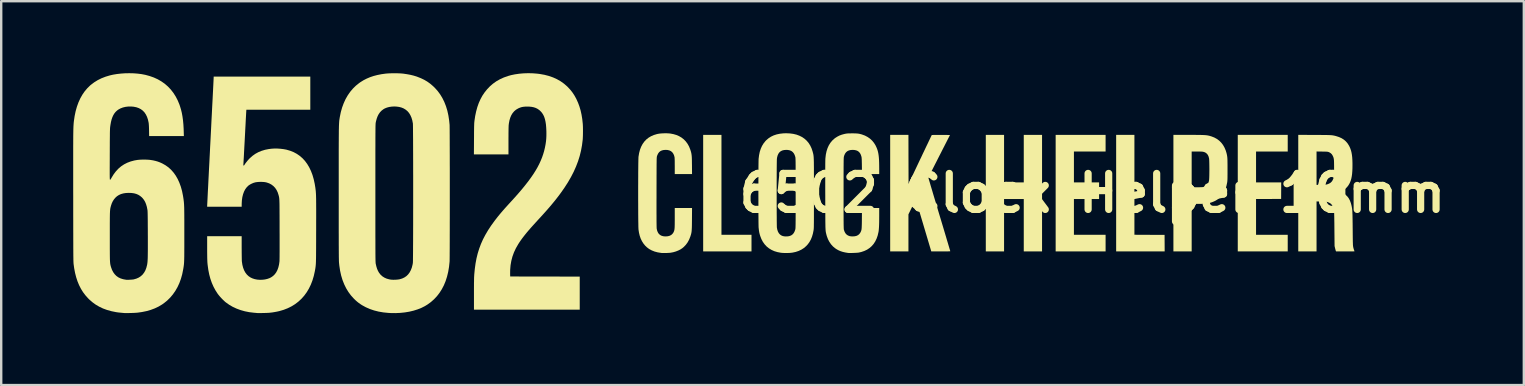
<source format=kicad_pcb>
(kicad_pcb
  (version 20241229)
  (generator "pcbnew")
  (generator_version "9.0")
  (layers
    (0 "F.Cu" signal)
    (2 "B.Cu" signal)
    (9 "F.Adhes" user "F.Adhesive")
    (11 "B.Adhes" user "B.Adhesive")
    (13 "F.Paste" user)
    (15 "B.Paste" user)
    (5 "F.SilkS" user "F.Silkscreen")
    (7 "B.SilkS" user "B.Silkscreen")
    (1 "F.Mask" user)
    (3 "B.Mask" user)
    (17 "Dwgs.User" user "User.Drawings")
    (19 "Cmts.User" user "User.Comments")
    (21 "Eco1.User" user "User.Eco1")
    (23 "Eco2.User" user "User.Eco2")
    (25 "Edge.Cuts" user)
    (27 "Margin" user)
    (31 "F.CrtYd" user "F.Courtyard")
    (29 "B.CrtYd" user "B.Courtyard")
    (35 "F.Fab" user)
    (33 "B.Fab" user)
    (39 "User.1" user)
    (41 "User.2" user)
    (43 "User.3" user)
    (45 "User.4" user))
  (footprint "6502 Clock Helper 10mm"
    (layer "F.Cu")
    (at 42.473 4.999)
    (property "Reference" "6502 Clock Helper 10mm" (at 0 0 0) (layer "F.SilkS") (effects (font (size 1.5 1.5) (thickness 0.3))))
    (attr board_only exclude_from_pos_files exclude_from_bom)
    (fp_poly (pts (xy -15.458 -0.347) (xy -15.458 1.735) (xy -14.832 1.735) (xy -14.206 1.735) (xy -14.206 2.081) (xy -14.206 2.428) (xy -15.213 2.428) (xy -16.22 2.428) (xy -16.22 0) (xy -16.22 -2.428) (xy -15.839 -2.428) (xy -15.458 -2.428)) (stroke (width 0) (type solid)) (fill yes) (layer "F.SilkS"))
    (fp_poly (pts (xy 1.751 -0.347) (xy 1.751 1.734) (xy 2.38 1.737) (xy 3.008 1.739) (xy 3.01 2.084) (xy 3.012 2.428) (xy 2.001 2.428) (xy 0.99 2.428) (xy 0.99 0) (xy 0.99 -2.428) (xy 1.371 -2.428) (xy 1.751 -2.428)) (stroke (width 0) (type solid)) (fill yes) (layer "F.SilkS"))
    (fp_poly (pts (xy -3.681 -1.438) (xy -3.681 -0.448) (xy -3.27 -0.448) (xy -2.86 -0.448) (xy -2.86 -1.438) (xy -2.86 -2.428) (xy -2.479 -2.428) (xy -2.098 -2.428) (xy -2.098 0) (xy -2.098 2.428) (xy -2.479 2.428) (xy -2.86 2.428) (xy -2.86 1.337) (xy -2.86 0.245) (xy -3.27 0.245) (xy -3.681 0.245) (xy -3.681 1.337) (xy -3.681 2.428) (xy -4.061 2.428) (xy -4.442 2.428) (xy -4.442 0) (xy -4.442 -2.428) (xy -4.061 -2.428) (xy -3.681 -2.428)) (stroke (width 0) (type solid)) (fill yes) (layer "F.SilkS"))
    (fp_poly (pts (xy 0.55 -2.081) (xy 0.55 -1.735) (xy -0.11 -1.735) (xy -0.77 -1.735) (xy -0.77 -1.091) (xy -0.77 -0.448) (xy -0.245 -0.448) (xy 0.279 -0.448) (xy 0.279 -0.102) (xy 0.279 0.245) (xy -0.245 0.245) (xy -0.77 0.245) (xy -0.77 0.99) (xy -0.77 1.735) (xy -0.11 1.735) (xy 0.55 1.735) (xy 0.55 2.081) (xy 0.55 2.428) (xy -0.491 2.428) (xy -1.531 2.428) (xy -1.531 0) (xy -1.531 -2.428) (xy -0.491 -2.428) (xy 0.55 -2.428)) (stroke (width 0) (type solid)) (fill yes) (layer "F.SilkS"))
    (fp_poly (pts (xy 8.14 -2.081) (xy 8.14 -1.735) (xy 7.48 -1.735) (xy 6.82 -1.735) (xy 6.82 -1.091) (xy 6.82 -0.448) (xy 7.344 -0.448) (xy 7.869 -0.448) (xy 7.867 -0.104) (xy 7.865 0.241) (xy 7.342 0.243) (xy 6.82 0.245) (xy 6.82 0.99) (xy 6.82 1.735) (xy 7.48 1.735) (xy 8.14 1.735) (xy 8.14 2.081) (xy 8.14 2.428) (xy 7.099 2.428) (xy 6.058 2.428) (xy 6.058 0) (xy 6.058 -2.428) (xy 7.099 -2.428) (xy 8.14 -2.428)) (stroke (width 0) (type solid)) (fill yes) (layer "F.SilkS"))
    (fp_poly (pts (xy -7.664 -1.407) (xy -7.661 -0.386) (xy -7.181 -1.401) (xy -7.122 -1.524) (xy -7.066 -1.644) (xy -7.011 -1.758) (xy -6.96 -1.866) (xy -6.912 -1.967) (xy -6.867 -2.06) (xy -6.827 -2.145) (xy -6.791 -2.22) (xy -6.76 -2.285) (xy -6.735 -2.338) (xy -6.715 -2.379) (xy -6.701 -2.407) (xy -6.694 -2.421) (xy -6.694 -2.422) (xy -6.684 -2.423) (xy -6.659 -2.424) (xy -6.621 -2.425) (xy -6.571 -2.426) (xy -6.512 -2.426) (xy -6.444 -2.427) (xy -6.369 -2.427) (xy -6.311 -2.426) (xy -5.934 -2.424) (xy -6.385 -1.54) (xy -6.443 -1.426) (xy -6.499 -1.315) (xy -6.553 -1.21) (xy -6.603 -1.111) (xy -6.65 -1.019) (xy -6.692 -0.935) (xy -6.73 -0.859) (xy -6.763 -0.794) (xy -6.791 -0.739) (xy -6.812 -0.696) (xy -6.827 -0.665) (xy -6.835 -0.648) (xy -6.836 -0.645) (xy -6.834 -0.636) (xy -6.827 -0.612) (xy -6.815 -0.572) (xy -6.8 -0.52) (xy -6.78 -0.454) (xy -6.757 -0.376) (xy -6.731 -0.286) (xy -6.701 -0.186) (xy -6.668 -0.076) (xy -6.633 0.043) (xy -6.595 0.17) (xy -6.554 0.305) (xy -6.512 0.446) (xy -6.468 0.593) (xy -6.423 0.745) (xy -6.38 0.888) (xy -6.333 1.044) (xy -6.287 1.196) (xy -6.243 1.343) (xy -6.201 1.483) (xy -6.161 1.617) (xy -6.123 1.744) (xy -6.088 1.862) (xy -6.056 1.971) (xy -6.026 2.07) (xy -6 2.158) (xy -5.977 2.235) (xy -5.958 2.3) (xy -5.942 2.351) (xy -5.931 2.389) (xy -5.925 2.412) (xy -5.923 2.42) (xy -5.931 2.422) (xy -5.956 2.424) (xy -5.998 2.426) (xy -6.056 2.427) (xy -6.13 2.428) (xy -6.221 2.428) (xy -6.318 2.428) (xy -6.714 2.428) (xy -7.035 1.35) (xy -7.074 1.219) (xy -7.112 1.092) (xy -7.148 0.971) (xy -7.182 0.857) (xy -7.214 0.75) (xy -7.244 0.651) (xy -7.271 0.562) (xy -7.295 0.483) (xy -7.316 0.414) (xy -7.333 0.358) (xy -7.346 0.315) (xy -7.355 0.286) (xy -7.36 0.272) (xy -7.361 0.271) (xy -7.365 0.278) (xy -7.377 0.299) (xy -7.394 0.332) (xy -7.415 0.376) (xy -7.442 0.428) (xy -7.471 0.487) (xy -7.503 0.552) (xy -7.516 0.578) (xy -7.666 0.884) (xy -7.666 1.656) (xy -7.666 2.428) (xy -8.046 2.428) (xy -8.427 2.428) (xy -8.427 0) (xy -8.427 -2.428) (xy -8.046 -2.428) (xy -7.666 -2.428)) (stroke (width 0) (type solid)) (fill yes) (layer "F.SilkS"))
    (fp_poly (pts (xy 4.129 -2.428) (xy 4.245 -2.428) (xy 4.348 -2.427) (xy 4.438 -2.427) (xy 4.516 -2.425) (xy 4.584 -2.423) (xy 4.643 -2.421) (xy 4.694 -2.418) (xy 4.739 -2.414) (xy 4.779 -2.409) (xy 4.815 -2.403) (xy 4.849 -2.396) (xy 4.882 -2.388) (xy 4.915 -2.378) (xy 4.95 -2.368) (xy 4.962 -2.364) (xy 5.081 -2.318) (xy 5.188 -2.259) (xy 5.284 -2.188) (xy 5.369 -2.104) (xy 5.443 -2.008) (xy 5.505 -1.899) (xy 5.556 -1.779) (xy 5.583 -1.691) (xy 5.593 -1.654) (xy 5.601 -1.62) (xy 5.608 -1.587) (xy 5.614 -1.553) (xy 5.619 -1.518) (xy 5.623 -1.478) (xy 5.626 -1.433) (xy 5.628 -1.381) (xy 5.629 -1.32) (xy 5.63 -1.248) (xy 5.631 -1.164) (xy 5.631 -1.066) (xy 5.631 -0.99) (xy 5.631 -0.888) (xy 5.631 -0.8) (xy 5.63 -0.727) (xy 5.63 -0.666) (xy 5.629 -0.615) (xy 5.628 -0.573) (xy 5.626 -0.539) (xy 5.624 -0.51) (xy 5.622 -0.486) (xy 5.619 -0.464) (xy 5.616 -0.442) (xy 5.615 -0.44) (xy 5.588 -0.312) (xy 5.554 -0.197) (xy 5.513 -0.094) (xy 5.462 -0.001) (xy 5.402 0.084) (xy 5.349 0.146) (xy 5.285 0.208) (xy 5.22 0.259) (xy 5.148 0.304) (xy 5.116 0.321) (xy 5.05 0.352) (xy 4.984 0.378) (xy 4.917 0.4) (xy 4.845 0.416) (xy 4.768 0.429) (xy 4.681 0.439) (xy 4.584 0.445) (xy 4.474 0.448) (xy 4.385 0.448) (xy 4.137 0.448) (xy 4.137 1.438) (xy 4.137 2.428) (xy 3.757 2.428) (xy 3.376 2.428) (xy 3.376 0) (xy 3.376 -0.99) (xy 4.137 -0.99) (xy 4.137 -0.245) (xy 4.36 -0.245) (xy 4.438 -0.246) (xy 4.501 -0.247) (xy 4.55 -0.249) (xy 4.587 -0.251) (xy 4.614 -0.255) (xy 4.625 -0.257) (xy 4.694 -0.282) (xy 4.75 -0.317) (xy 4.795 -0.364) (xy 4.829 -0.422) (xy 4.854 -0.495) (xy 4.861 -0.529) (xy 4.864 -0.556) (xy 4.867 -0.597) (xy 4.87 -0.651) (xy 4.872 -0.715) (xy 4.873 -0.787) (xy 4.874 -0.864) (xy 4.875 -0.945) (xy 4.875 -1.028) (xy 4.874 -1.109) (xy 4.873 -1.187) (xy 4.872 -1.259) (xy 4.87 -1.324) (xy 4.868 -1.379) (xy 4.865 -1.421) (xy 4.862 -1.449) (xy 4.861 -1.45) (xy 4.841 -1.528) (xy 4.811 -1.592) (xy 4.772 -1.642) (xy 4.724 -1.681) (xy 4.713 -1.687) (xy 4.687 -1.701) (xy 4.662 -1.711) (xy 4.636 -1.719) (xy 4.607 -1.725) (xy 4.572 -1.73) (xy 4.528 -1.732) (xy 4.474 -1.734) (xy 4.407 -1.734) (xy 4.36 -1.734) (xy 4.137 -1.735) (xy 4.137 -0.99) (xy 3.376 -0.99) (xy 3.376 -2.428) (xy 3.996 -2.428)) (stroke (width 0) (type solid)) (fill yes) (layer "F.SilkS"))
    (fp_poly (pts (xy 9.254 -2.426) (xy 9.382 -2.426) (xy 9.494 -2.425) (xy 9.592 -2.424) (xy 9.677 -2.424) (xy 9.75 -2.423) (xy 9.813 -2.421) (xy 9.866 -2.42) (xy 9.912 -2.417) (xy 9.952 -2.415) (xy 9.986 -2.412) (xy 10.016 -2.408) (xy 10.044 -2.403) (xy 10.071 -2.398) (xy 10.098 -2.392) (xy 10.126 -2.385) (xy 10.156 -2.377) (xy 10.276 -2.338) (xy 10.383 -2.29) (xy 10.478 -2.23) (xy 10.56 -2.159) (xy 10.632 -2.076) (xy 10.692 -1.981) (xy 10.72 -1.926) (xy 10.752 -1.851) (xy 10.778 -1.773) (xy 10.799 -1.688) (xy 10.815 -1.596) (xy 10.827 -1.493) (xy 10.834 -1.379) (xy 10.838 -1.252) (xy 10.838 -1.172) (xy 10.837 -1.032) (xy 10.831 -0.908) (xy 10.822 -0.797) (xy 10.808 -0.698) (xy 10.79 -0.608) (xy 10.767 -0.528) (xy 10.739 -0.454) (xy 10.705 -0.385) (xy 10.665 -0.32) (xy 10.66 -0.313) (xy 10.613 -0.253) (xy 10.554 -0.194) (xy 10.488 -0.141) (xy 10.421 -0.096) (xy 10.375 -0.073) (xy 10.354 -0.062) (xy 10.342 -0.052) (xy 10.341 -0.049) (xy 10.35 -0.043) (xy 10.37 -0.032) (xy 10.398 -0.018) (xy 10.407 -0.014) (xy 10.494 0.03) (xy 10.568 0.084) (xy 10.632 0.147) (xy 10.687 0.222) (xy 10.732 0.309) (xy 10.769 0.409) (xy 10.792 0.493) (xy 10.8 0.528) (xy 10.807 0.56) (xy 10.813 0.593) (xy 10.819 0.625) (xy 10.824 0.66) (xy 10.828 0.699) (xy 10.831 0.742) (xy 10.834 0.79) (xy 10.836 0.846) (xy 10.839 0.911) (xy 10.84 0.985) (xy 10.842 1.07) (xy 10.843 1.168) (xy 10.845 1.279) (xy 10.846 1.405) (xy 10.847 1.485) (xy 10.848 1.61) (xy 10.849 1.72) (xy 10.85 1.815) (xy 10.851 1.896) (xy 10.852 1.966) (xy 10.853 2.025) (xy 10.855 2.074) (xy 10.856 2.114) (xy 10.857 2.147) (xy 10.859 2.174) (xy 10.861 2.197) (xy 10.863 2.215) (xy 10.866 2.231) (xy 10.869 2.246) (xy 10.87 2.255) (xy 10.88 2.295) (xy 10.892 2.336) (xy 10.903 2.369) (xy 10.905 2.376) (xy 10.915 2.401) (xy 10.922 2.419) (xy 10.923 2.424) (xy 10.915 2.425) (xy 10.892 2.426) (xy 10.855 2.427) (xy 10.806 2.427) (xy 10.747 2.428) (xy 10.679 2.428) (xy 10.605 2.428) (xy 10.538 2.428) (xy 10.153 2.428) (xy 10.144 2.405) (xy 10.138 2.387) (xy 10.13 2.358) (xy 10.12 2.321) (xy 10.113 2.293) (xy 10.092 2.204) (xy 10.085 1.493) (xy 10.084 1.361) (xy 10.083 1.244) (xy 10.081 1.143) (xy 10.08 1.055) (xy 10.079 0.979) (xy 10.077 0.915) (xy 10.076 0.862) (xy 10.074 0.818) (xy 10.073 0.783) (xy 10.071 0.755) (xy 10.069 0.734) (xy 10.066 0.717) (xy 10.066 0.715) (xy 10.046 0.628) (xy 10.02 0.557) (xy 9.987 0.498) (xy 9.946 0.45) (xy 9.896 0.413) (xy 9.834 0.383) (xy 9.802 0.372) (xy 9.781 0.366) (xy 9.761 0.361) (xy 9.737 0.357) (xy 9.709 0.354) (xy 9.672 0.352) (xy 9.624 0.351) (xy 9.563 0.349) (xy 9.542 0.349) (xy 9.341 0.345) (xy 9.341 1.387) (xy 9.341 2.428) (xy 8.96 2.428) (xy 8.579 2.428) (xy 8.579 -0.000421) (xy 8.579 -1.04) (xy 9.341 -1.04) (xy 9.341 -0.345) (xy 9.542 -0.349) (xy 9.611 -0.351) (xy 9.666 -0.353) (xy 9.708 -0.355) (xy 9.741 -0.358) (xy 9.766 -0.362) (xy 9.786 -0.367) (xy 9.789 -0.368) (xy 9.863 -0.397) (xy 9.923 -0.433) (xy 9.972 -0.479) (xy 10.01 -0.537) (xy 10.041 -0.607) (xy 10.054 -0.65) (xy 10.058 -0.668) (xy 10.062 -0.685) (xy 10.065 -0.704) (xy 10.067 -0.727) (xy 10.069 -0.755) (xy 10.07 -0.79) (xy 10.071 -0.835) (xy 10.072 -0.891) (xy 10.072 -0.96) (xy 10.072 -1.041) (xy 10.072 -1.136) (xy 10.071 -1.216) (xy 10.07 -1.282) (xy 10.068 -1.338) (xy 10.065 -1.384) (xy 10.06 -1.423) (xy 10.054 -1.456) (xy 10.046 -1.486) (xy 10.036 -1.514) (xy 10.023 -1.542) (xy 10.013 -1.563) (xy 9.978 -1.62) (xy 9.932 -1.665) (xy 9.875 -1.7) (xy 9.851 -1.711) (xy 9.835 -1.716) (xy 9.82 -1.721) (xy 9.803 -1.724) (xy 9.782 -1.727) (xy 9.753 -1.729) (xy 9.716 -1.73) (xy 9.668 -1.731) (xy 9.606 -1.732) (xy 9.572 -1.733) (xy 9.341 -1.736) (xy 9.341 -1.04) (xy 8.579 -1.04) (xy 8.579 -2.429)) (stroke (width 0) (type solid)) (fill yes) (layer "F.SilkS"))
    (fp_poly (pts (xy -23.318 -4.994) (xy -23.13 -4.979) (xy -23.027 -4.966) (xy -22.832 -4.931) (xy -22.648 -4.883) (xy -22.474 -4.822) (xy -22.312 -4.748) (xy -22.161 -4.662) (xy -22.021 -4.563) (xy -21.893 -4.452) (xy -21.864 -4.424) (xy -21.758 -4.31) (xy -21.665 -4.192) (xy -21.583 -4.067) (xy -21.508 -3.931) (xy -21.5 -3.913) (xy -21.432 -3.762) (xy -21.375 -3.607) (xy -21.327 -3.444) (xy -21.289 -3.272) (xy -21.259 -3.089) (xy -21.238 -2.893) (xy -21.237 -2.889) (xy -21.234 -2.831) (xy -21.231 -2.759) (xy -21.23 -2.679) (xy -21.229 -2.592) (xy -21.23 -2.505) (xy -21.231 -2.419) (xy -21.234 -2.34) (xy -21.237 -2.27) (xy -21.241 -2.22) (xy -21.27 -1.992) (xy -21.311 -1.768) (xy -21.366 -1.546) (xy -21.435 -1.327) (xy -21.519 -1.108) (xy -21.616 -0.89) (xy -21.729 -0.671) (xy -21.857 -0.45) (xy -22.001 -0.226) (xy -22.142 -0.025) (xy -22.23 0.095) (xy -22.322 0.214) (xy -22.418 0.335) (xy -22.52 0.459) (xy -22.628 0.587) (xy -22.745 0.721) (xy -22.871 0.862) (xy -23.008 1.013) (xy -23.073 1.083) (xy -23.192 1.213) (xy -23.3 1.332) (xy -23.398 1.441) (xy -23.487 1.543) (xy -23.567 1.637) (xy -23.639 1.726) (xy -23.705 1.81) (xy -23.766 1.89) (xy -23.822 1.968) (xy -23.874 2.044) (xy -23.924 2.121) (xy -23.928 2.128) (xy -24.024 2.295) (xy -24.104 2.466) (xy -24.168 2.641) (xy -24.215 2.821) (xy -24.247 3.006) (xy -24.263 3.198) (xy -24.265 3.367) (xy -24.262 3.473) (xy -22.813 3.475) (xy -21.364 3.478) (xy -21.364 4.167) (xy -21.364 4.857) (xy -23.568 4.857) (xy -25.772 4.857) (xy -25.772 4.211) (xy -25.772 4.075) (xy -25.772 3.954) (xy -25.771 3.847) (xy -25.771 3.754) (xy -25.769 3.672) (xy -25.768 3.602) (xy -25.767 3.54) (xy -25.765 3.487) (xy -25.762 3.44) (xy -25.76 3.4) (xy -25.76 3.397) (xy -25.737 3.158) (xy -25.706 2.932) (xy -25.666 2.717) (xy -25.615 2.51) (xy -25.553 2.311) (xy -25.48 2.116) (xy -25.395 1.925) (xy -25.296 1.736) (xy -25.184 1.546) (xy -25.058 1.354) (xy -24.916 1.158) (xy -24.898 1.134) (xy -24.834 1.052) (xy -24.771 0.971) (xy -24.706 0.892) (xy -24.638 0.811) (xy -24.565 0.726) (xy -24.486 0.636) (xy -24.398 0.539) (xy -24.301 0.432) (xy -24.254 0.381) (xy -24.08 0.19) (xy -23.919 0.008) (xy -23.771 -0.165) (xy -23.636 -0.331) (xy -23.512 -0.49) (xy -23.399 -0.644) (xy -23.297 -0.792) (xy -23.206 -0.936) (xy -23.124 -1.077) (xy -23.052 -1.216) (xy -22.989 -1.353) (xy -22.934 -1.488) (xy -22.887 -1.624) (xy -22.847 -1.76) (xy -22.814 -1.898) (xy -22.787 -2.039) (xy -22.782 -2.073) (xy -22.768 -2.173) (xy -22.759 -2.274) (xy -22.754 -2.379) (xy -22.753 -2.494) (xy -22.754 -2.585) (xy -22.761 -2.73) (xy -22.772 -2.861) (xy -22.79 -2.977) (xy -22.813 -3.081) (xy -22.843 -3.174) (xy -22.88 -3.256) (xy -22.925 -3.329) (xy -22.977 -3.394) (xy -23.037 -3.452) (xy -23.044 -3.458) (xy -23.115 -3.509) (xy -23.193 -3.549) (xy -23.279 -3.578) (xy -23.375 -3.597) (xy -23.482 -3.607) (xy -23.551 -3.608) (xy -23.636 -3.606) (xy -23.709 -3.599) (xy -23.774 -3.588) (xy -23.834 -3.57) (xy -23.896 -3.546) (xy -23.935 -3.527) (xy -24.021 -3.476) (xy -24.096 -3.412) (xy -24.161 -3.336) (xy -24.215 -3.248) (xy -24.259 -3.146) (xy -24.293 -3.031) (xy -24.317 -2.903) (xy -24.325 -2.836) (xy -24.327 -2.81) (xy -24.328 -2.768) (xy -24.33 -2.713) (xy -24.331 -2.644) (xy -24.332 -2.564) (xy -24.333 -2.473) (xy -24.333 -2.374) (xy -24.334 -2.268) (xy -24.334 -2.182) (xy -24.334 -1.616) (xy -25.054 -1.616) (xy -25.774 -1.616) (xy -25.77 -2.253) (xy -25.769 -2.377) (xy -25.769 -2.485) (xy -25.768 -2.579) (xy -25.767 -2.661) (xy -25.766 -2.73) (xy -25.765 -2.79) (xy -25.763 -2.84) (xy -25.762 -2.883) (xy -25.76 -2.919) (xy -25.758 -2.951) (xy -25.755 -2.978) (xy -25.752 -3.004) (xy -25.752 -3.008) (xy -25.721 -3.215) (xy -25.68 -3.409) (xy -25.63 -3.591) (xy -25.57 -3.76) (xy -25.499 -3.918) (xy -25.418 -4.066) (xy -25.325 -4.203) (xy -25.221 -4.332) (xy -25.107 -4.451) (xy -24.98 -4.561) (xy -24.841 -4.66) (xy -24.69 -4.746) (xy -24.528 -4.82) (xy -24.355 -4.881) (xy -24.232 -4.916) (xy -24.064 -4.951) (xy -23.885 -4.977) (xy -23.698 -4.993) (xy -23.508 -4.999)) (stroke (width 0) (type solid)) (fill yes) (layer "F.SilkS"))
    (fp_poly (pts (xy -17.725 -2.494) (xy -17.65 -2.49) (xy -17.589 -2.484) (xy -17.457 -2.459) (xy -17.336 -2.423) (xy -17.231 -2.379) (xy -17.123 -2.316) (xy -17.027 -2.241) (xy -16.943 -2.154) (xy -16.87 -2.055) (xy -16.808 -1.943) (xy -16.759 -1.82) (xy -16.758 -1.817) (xy -16.743 -1.771) (xy -16.73 -1.729) (xy -16.72 -1.69) (xy -16.711 -1.65) (xy -16.705 -1.608) (xy -16.699 -1.562) (xy -16.695 -1.51) (xy -16.692 -1.45) (xy -16.69 -1.379) (xy -16.689 -1.297) (xy -16.688 -1.2) (xy -16.687 -1.166) (xy -16.684 -0.795) (xy -17.044 -0.795) (xy -17.404 -0.795) (xy -17.404 -1.125) (xy -17.405 -1.212) (xy -17.405 -1.291) (xy -17.406 -1.36) (xy -17.408 -1.417) (xy -17.41 -1.461) (xy -17.412 -1.49) (xy -17.413 -1.499) (xy -17.436 -1.583) (xy -17.47 -1.652) (xy -17.513 -1.709) (xy -17.567 -1.752) (xy -17.632 -1.782) (xy -17.708 -1.799) (xy -17.778 -1.803) (xy -17.864 -1.798) (xy -17.938 -1.781) (xy -18.001 -1.752) (xy -18.053 -1.71) (xy -18.095 -1.655) (xy -18.129 -1.586) (xy -18.146 -1.536) (xy -18.148 -1.528) (xy -18.15 -1.52) (xy -18.152 -1.509) (xy -18.153 -1.496) (xy -18.154 -1.478) (xy -18.156 -1.457) (xy -18.157 -1.43) (xy -18.158 -1.396) (xy -18.159 -1.357) (xy -18.159 -1.309) (xy -18.16 -1.254) (xy -18.161 -1.189) (xy -18.161 -1.114) (xy -18.162 -1.029) (xy -18.162 -0.933) (xy -18.162 -0.824) (xy -18.163 -0.702) (xy -18.163 -0.567) (xy -18.163 -0.417) (xy -18.164 -0.252) (xy -18.164 -0.07) (xy -18.164 -0.038) (xy -18.164 0.164) (xy -18.165 0.351) (xy -18.165 0.521) (xy -18.165 0.675) (xy -18.165 0.815) (xy -18.164 0.939) (xy -18.164 1.05) (xy -18.164 1.147) (xy -18.163 1.23) (xy -18.162 1.301) (xy -18.161 1.359) (xy -18.16 1.406) (xy -18.159 1.441) (xy -18.158 1.465) (xy -18.157 1.476) (xy -18.143 1.545) (xy -18.12 1.609) (xy -18.091 1.664) (xy -18.06 1.704) (xy -18.01 1.746) (xy -17.953 1.776) (xy -17.886 1.795) (xy -17.807 1.803) (xy -17.777 1.803) (xy -17.691 1.796) (xy -17.617 1.776) (xy -17.554 1.744) (xy -17.502 1.699) (xy -17.461 1.642) (xy -17.446 1.611) (xy -17.437 1.589) (xy -17.43 1.568) (xy -17.423 1.545) (xy -17.418 1.52) (xy -17.414 1.49) (xy -17.411 1.455) (xy -17.408 1.413) (xy -17.407 1.361) (xy -17.405 1.299) (xy -17.405 1.224) (xy -17.404 1.136) (xy -17.404 1.036) (xy -17.404 0.618) (xy -17.044 0.618) (xy -16.684 0.618) (xy -16.687 1.077) (xy -16.688 1.187) (xy -16.689 1.282) (xy -16.69 1.363) (xy -16.692 1.433) (xy -16.695 1.493) (xy -16.698 1.544) (xy -16.702 1.589) (xy -16.707 1.629) (xy -16.714 1.665) (xy -16.722 1.701) (xy -16.732 1.736) (xy -16.744 1.774) (xy -16.757 1.815) (xy -16.758 1.817) (xy -16.808 1.941) (xy -16.87 2.054) (xy -16.944 2.155) (xy -17.031 2.245) (xy -17.091 2.295) (xy -17.169 2.346) (xy -17.261 2.392) (xy -17.361 2.431) (xy -17.468 2.462) (xy -17.578 2.483) (xy -17.582 2.483) (xy -17.62 2.487) (xy -17.67 2.49) (xy -17.727 2.493) (xy -17.788 2.494) (xy -17.848 2.495) (xy -17.903 2.494) (xy -17.948 2.493) (xy -17.975 2.49) (xy -18.118 2.467) (xy -18.248 2.432) (xy -18.365 2.385) (xy -18.472 2.327) (xy -18.566 2.256) (xy -18.635 2.19) (xy -18.709 2.1) (xy -18.771 2.002) (xy -18.823 1.895) (xy -18.864 1.777) (xy -18.895 1.648) (xy -18.914 1.523) (xy -18.916 1.499) (xy -18.918 1.459) (xy -18.92 1.405) (xy -18.921 1.337) (xy -18.922 1.256) (xy -18.924 1.164) (xy -18.925 1.062) (xy -18.926 0.951) (xy -18.927 0.832) (xy -18.927 0.706) (xy -18.928 0.575) (xy -18.928 0.439) (xy -18.929 0.299) (xy -18.929 0.157) (xy -18.929 0.014) (xy -18.929 -0.13) (xy -18.929 -0.272) (xy -18.928 -0.412) (xy -18.928 -0.549) (xy -18.927 -0.682) (xy -18.927 -0.809) (xy -18.926 -0.929) (xy -18.925 -1.042) (xy -18.924 -1.146) (xy -18.923 -1.239) (xy -18.921 -1.322) (xy -18.92 -1.393) (xy -18.918 -1.45) (xy -18.917 -1.493) (xy -18.915 -1.52) (xy -18.914 -1.523) (xy -18.889 -1.673) (xy -18.853 -1.81) (xy -18.805 -1.934) (xy -18.745 -2.047) (xy -18.674 -2.147) (xy -18.592 -2.234) (xy -18.498 -2.309) (xy -18.392 -2.372) (xy -18.274 -2.423) (xy -18.145 -2.462) (xy -18.102 -2.471) (xy -18.042 -2.481) (xy -17.969 -2.488) (xy -17.889 -2.493) (xy -17.806 -2.495)) (stroke (width 0) (type solid)) (fill yes) (layer "F.SilkS"))
    (fp_poly (pts (xy -9.929 -2.491) (xy -9.862 -2.489) (xy -9.806 -2.486) (xy -9.755 -2.48) (xy -9.707 -2.472) (xy -9.659 -2.46) (xy -9.607 -2.446) (xy -9.599 -2.443) (xy -9.479 -2.399) (xy -9.369 -2.341) (xy -9.268 -2.271) (xy -9.179 -2.189) (xy -9.102 -2.095) (xy -9.037 -1.99) (xy -9.03 -1.975) (xy -9 -1.912) (xy -8.974 -1.849) (xy -8.952 -1.785) (xy -8.934 -1.717) (xy -8.919 -1.644) (xy -8.907 -1.564) (xy -8.898 -1.476) (xy -8.891 -1.377) (xy -8.887 -1.267) (xy -8.885 -1.143) (xy -8.884 -1.034) (xy -8.884 -0.795) (xy -9.243 -0.795) (xy -9.601 -0.795) (xy -9.606 -1.127) (xy -9.607 -1.22) (xy -9.609 -1.296) (xy -9.61 -1.359) (xy -9.612 -1.41) (xy -9.615 -1.45) (xy -9.617 -1.481) (xy -9.621 -1.504) (xy -9.623 -1.515) (xy -9.648 -1.596) (xy -9.682 -1.663) (xy -9.726 -1.716) (xy -9.78 -1.757) (xy -9.845 -1.784) (xy -9.921 -1.799) (xy -9.986 -1.803) (xy -10.072 -1.798) (xy -10.146 -1.78) (xy -10.21 -1.75) (xy -10.262 -1.707) (xy -10.305 -1.65) (xy -10.338 -1.58) (xy -10.354 -1.526) (xy -10.356 -1.518) (xy -10.358 -1.509) (xy -10.359 -1.497) (xy -10.361 -1.483) (xy -10.362 -1.465) (xy -10.363 -1.443) (xy -10.364 -1.415) (xy -10.365 -1.382) (xy -10.366 -1.342) (xy -10.366 -1.295) (xy -10.367 -1.239) (xy -10.367 -1.174) (xy -10.368 -1.1) (xy -10.368 -1.015) (xy -10.368 -0.919) (xy -10.369 -0.81) (xy -10.369 -0.689) (xy -10.369 -0.555) (xy -10.369 -0.406) (xy -10.369 -0.241) (xy -10.369 -0.061) (xy -10.369 0.004) (xy -10.369 0.19) (xy -10.369 0.359) (xy -10.369 0.513) (xy -10.369 0.653) (xy -10.369 0.778) (xy -10.369 0.891) (xy -10.368 0.991) (xy -10.368 1.08) (xy -10.368 1.158) (xy -10.367 1.225) (xy -10.367 1.284) (xy -10.366 1.334) (xy -10.365 1.376) (xy -10.364 1.412) (xy -10.363 1.441) (xy -10.362 1.464) (xy -10.361 1.484) (xy -10.36 1.499) (xy -10.358 1.511) (xy -10.357 1.52) (xy -10.355 1.528) (xy -10.354 1.531) (xy -10.326 1.61) (xy -10.29 1.674) (xy -10.244 1.725) (xy -10.189 1.763) (xy -10.122 1.789) (xy -10.108 1.793) (xy -10.08 1.797) (xy -10.042 1.801) (xy -10.001 1.803) (xy -9.988 1.803) (xy -9.902 1.797) (xy -9.828 1.779) (xy -9.765 1.748) (xy -9.713 1.704) (xy -9.672 1.648) (xy -9.656 1.617) (xy -9.646 1.596) (xy -9.638 1.575) (xy -9.631 1.554) (xy -9.625 1.531) (xy -9.62 1.504) (xy -9.617 1.472) (xy -9.614 1.434) (xy -9.612 1.387) (xy -9.61 1.33) (xy -9.608 1.261) (xy -9.607 1.18) (xy -9.606 1.084) (xy -9.606 1.043) (xy -9.602 0.618) (xy -9.243 0.618) (xy -8.884 0.618) (xy -8.884 0.946) (xy -8.885 1.086) (xy -8.886 1.21) (xy -8.889 1.318) (xy -8.893 1.412) (xy -8.899 1.493) (xy -8.905 1.56) (xy -8.913 1.615) (xy -8.915 1.624) (xy -8.948 1.765) (xy -8.993 1.894) (xy -9.049 2.011) (xy -9.117 2.116) (xy -9.197 2.208) (xy -9.288 2.287) (xy -9.39 2.355) (xy -9.504 2.409) (xy -9.63 2.452) (xy -9.734 2.476) (xy -9.765 2.48) (xy -9.809 2.484) (xy -9.862 2.487) (xy -9.92 2.49) (xy -9.981 2.492) (xy -10.04 2.494) (xy -10.094 2.494) (xy -10.14 2.494) (xy -10.174 2.492) (xy -10.183 2.491) (xy -10.298 2.472) (xy -10.399 2.449) (xy -10.49 2.42) (xy -10.573 2.385) (xy -10.652 2.342) (xy -10.721 2.296) (xy -10.811 2.221) (xy -10.891 2.132) (xy -10.96 2.032) (xy -11.019 1.919) (xy -11.065 1.797) (xy -11.084 1.73) (xy -11.089 1.708) (xy -11.094 1.688) (xy -11.099 1.669) (xy -11.103 1.65) (xy -11.107 1.631) (xy -11.111 1.61) (xy -11.114 1.587) (xy -11.117 1.561) (xy -11.119 1.532) (xy -11.121 1.497) (xy -11.123 1.457) (xy -11.125 1.411) (xy -11.126 1.358) (xy -11.127 1.297) (xy -11.128 1.227) (xy -11.129 1.148) (xy -11.129 1.058) (xy -11.13 0.956) (xy -11.13 0.843) (xy -11.131 0.717) (xy -11.131 0.577) (xy -11.132 0.423) (xy -11.132 0.254) (xy -11.132 0.085) (xy -11.133 -0.121) (xy -11.133 -0.309) (xy -11.133 -0.482) (xy -11.133 -0.639) (xy -11.133 -0.781) (xy -11.133 -0.908) (xy -11.133 -1.022) (xy -11.132 -1.121) (xy -11.132 -1.207) (xy -11.131 -1.28) (xy -11.13 -1.34) (xy -11.129 -1.389) (xy -11.128 -1.426) (xy -11.126 -1.452) (xy -11.126 -1.455) (xy -11.108 -1.608) (xy -11.078 -1.749) (xy -11.036 -1.878) (xy -10.983 -1.994) (xy -10.917 -2.099) (xy -10.84 -2.192) (xy -10.751 -2.273) (xy -10.714 -2.301) (xy -10.629 -2.355) (xy -10.542 -2.4) (xy -10.448 -2.435) (xy -10.343 -2.464) (xy -10.302 -2.473) (xy -10.269 -2.479) (xy -10.237 -2.484) (xy -10.205 -2.487) (xy -10.169 -2.49) (xy -10.125 -2.491) (xy -10.07 -2.491) (xy -10.009 -2.492)) (stroke (width 0) (type solid)) (fill yes) (layer "F.SilkS"))
    (fp_poly (pts (xy -12.607 -2.489) (xy -12.463 -2.47) (xy -12.329 -2.438) (xy -12.206 -2.392) (xy -12.093 -2.335) (xy -11.992 -2.264) (xy -11.902 -2.182) (xy -11.823 -2.087) (xy -11.756 -1.98) (xy -11.701 -1.861) (xy -11.658 -1.73) (xy -11.655 -1.718) (xy -11.649 -1.695) (xy -11.643 -1.673) (xy -11.638 -1.652) (xy -11.633 -1.632) (xy -11.629 -1.612) (xy -11.625 -1.59) (xy -11.622 -1.567) (xy -11.619 -1.54) (xy -11.616 -1.51) (xy -11.614 -1.475) (xy -11.612 -1.435) (xy -11.61 -1.389) (xy -11.609 -1.336) (xy -11.607 -1.275) (xy -11.607 -1.206) (xy -11.606 -1.128) (xy -11.605 -1.039) (xy -11.605 -0.939) (xy -11.605 -0.828) (xy -11.604 -0.704) (xy -11.604 -0.567) (xy -11.604 -0.415) (xy -11.604 -0.248) (xy -11.604 -0.066) (xy -11.604 0) (xy -11.604 0.185) (xy -11.604 0.353) (xy -11.604 0.507) (xy -11.604 0.645) (xy -11.605 0.77) (xy -11.605 0.882) (xy -11.605 0.982) (xy -11.605 1.071) (xy -11.606 1.149) (xy -11.606 1.217) (xy -11.607 1.276) (xy -11.608 1.327) (xy -11.608 1.37) (xy -11.609 1.407) (xy -11.61 1.438) (xy -11.611 1.464) (xy -11.613 1.486) (xy -11.614 1.504) (xy -11.616 1.52) (xy -11.618 1.534) (xy -11.619 1.545) (xy -11.647 1.686) (xy -11.685 1.815) (xy -11.732 1.931) (xy -11.79 2.036) (xy -11.859 2.131) (xy -11.927 2.205) (xy -12.019 2.285) (xy -12.123 2.352) (xy -12.238 2.407) (xy -12.362 2.449) (xy -12.497 2.478) (xy -12.537 2.483) (xy -12.599 2.49) (xy -12.672 2.493) (xy -12.751 2.495) (xy -12.83 2.494) (xy -12.904 2.491) (xy -12.968 2.485) (xy -12.988 2.483) (xy -13.127 2.456) (xy -13.256 2.417) (xy -13.373 2.364) (xy -13.48 2.299) (xy -13.575 2.222) (xy -13.659 2.131) (xy -13.732 2.029) (xy -13.793 1.914) (xy -13.842 1.786) (xy -13.842 1.786) (xy -13.866 1.707) (xy -13.884 1.63) (xy -13.897 1.548) (xy -13.907 1.457) (xy -13.91 1.427) (xy -13.911 1.403) (xy -13.912 1.364) (xy -13.913 1.31) (xy -13.914 1.243) (xy -13.915 1.163) (xy -13.915 1.073) (xy -13.916 0.972) (xy -13.917 0.863) (xy -13.917 0.745) (xy -13.918 0.622) (xy -13.918 0.493) (xy -13.918 0.36) (xy -13.918 0.224) (xy -13.919 0.085) (xy -13.919 0.007) (xy -13.157 0.007) (xy -13.157 0.145) (xy -13.157 0.281) (xy -13.157 0.415) (xy -13.157 0.546) (xy -13.156 0.672) (xy -13.156 0.792) (xy -13.155 0.906) (xy -13.154 1.011) (xy -13.154 1.108) (xy -13.153 1.194) (xy -13.152 1.269) (xy -13.151 1.332) (xy -13.15 1.381) (xy -13.149 1.416) (xy -13.148 1.434) (xy -13.13 1.527) (xy -13.103 1.606) (xy -13.064 1.673) (xy -13.016 1.726) (xy -12.957 1.765) (xy -12.907 1.786) (xy -12.852 1.798) (xy -12.788 1.804) (xy -12.72 1.803) (xy -12.656 1.795) (xy -12.624 1.788) (xy -12.557 1.763) (xy -12.501 1.725) (xy -12.454 1.674) (xy -12.416 1.61) (xy -12.387 1.531) (xy -12.38 1.507) (xy -12.378 1.499) (xy -12.377 1.489) (xy -12.375 1.477) (xy -12.374 1.462) (xy -12.373 1.443) (xy -12.371 1.419) (xy -12.371 1.389) (xy -12.37 1.354) (xy -12.369 1.311) (xy -12.368 1.26) (xy -12.368 1.201) (xy -12.367 1.133) (xy -12.367 1.054) (xy -12.367 0.965) (xy -12.366 0.864) (xy -12.366 0.75) (xy -12.366 0.623) (xy -12.366 0.483) (xy -12.366 0.327) (xy -12.366 0.156) (xy -12.366 0) (xy -12.366 -0.185) (xy -12.366 -0.353) (xy -12.366 -0.506) (xy -12.366 -0.644) (xy -12.366 -0.769) (xy -12.366 -0.881) (xy -12.367 -0.98) (xy -12.367 -1.068) (xy -12.367 -1.144) (xy -12.368 -1.211) (xy -12.368 -1.269) (xy -12.369 -1.318) (xy -12.37 -1.36) (xy -12.371 -1.395) (xy -12.372 -1.423) (xy -12.373 -1.446) (xy -12.374 -1.465) (xy -12.375 -1.479) (xy -12.377 -1.491) (xy -12.379 -1.5) (xy -12.38 -1.507) (xy -12.407 -1.59) (xy -12.443 -1.659) (xy -12.488 -1.713) (xy -12.542 -1.755) (xy -12.607 -1.783) (xy -12.683 -1.799) (xy -12.759 -1.803) (xy -12.846 -1.797) (xy -12.921 -1.779) (xy -12.986 -1.748) (xy -13.039 -1.705) (xy -13.082 -1.648) (xy -13.115 -1.578) (xy -13.138 -1.495) (xy -13.148 -1.428) (xy -13.149 -1.408) (xy -13.15 -1.373) (xy -13.151 -1.323) (xy -13.152 -1.259) (xy -13.153 -1.183) (xy -13.154 -1.096) (xy -13.155 -0.999) (xy -13.155 -0.893) (xy -13.156 -0.779) (xy -13.156 -0.658) (xy -13.157 -0.532) (xy -13.157 -0.401) (xy -13.157 -0.266) (xy -13.157 -0.13) (xy -13.157 0.007) (xy -13.919 0.007) (xy -13.919 -0.053) (xy -13.918 -0.192) (xy -13.918 -0.328) (xy -13.918 -0.462) (xy -13.918 -0.592) (xy -13.917 -0.717) (xy -13.917 -0.836) (xy -13.916 -0.947) (xy -13.916 -1.05) (xy -13.915 -1.143) (xy -13.914 -1.226) (xy -13.913 -1.296) (xy -13.912 -1.353) (xy -13.911 -1.395) (xy -13.91 -1.423) (xy -13.91 -1.427) (xy -13.891 -1.58) (xy -13.862 -1.721) (xy -13.82 -1.85) (xy -13.767 -1.968) (xy -13.702 -2.074) (xy -13.625 -2.17) (xy -13.59 -2.206) (xy -13.497 -2.286) (xy -13.394 -2.353) (xy -13.281 -2.407) (xy -13.157 -2.448) (xy -13.023 -2.476) (xy -12.878 -2.492) (xy -12.762 -2.496)) (stroke (width 0) (type solid)) (fill yes) (layer "F.SilkS"))
    (fp_poly (pts (xy -32.592 -4.167) (xy -32.592 -3.477) (xy -33.924 -3.477) (xy -35.256 -3.477) (xy -35.261 -3.408) (xy -35.262 -3.39) (xy -35.264 -3.357) (xy -35.267 -3.31) (xy -35.27 -3.248) (xy -35.274 -3.175) (xy -35.279 -3.09) (xy -35.284 -2.994) (xy -35.289 -2.89) (xy -35.295 -2.778) (xy -35.302 -2.659) (xy -35.308 -2.534) (xy -35.315 -2.404) (xy -35.32 -2.306) (xy -35.327 -2.174) (xy -35.334 -2.046) (xy -35.341 -1.923) (xy -35.347 -1.806) (xy -35.353 -1.696) (xy -35.358 -1.595) (xy -35.363 -1.503) (xy -35.368 -1.421) (xy -35.372 -1.351) (xy -35.375 -1.294) (xy -35.377 -1.251) (xy -35.379 -1.223) (xy -35.38 -1.212) (xy -35.382 -1.18) (xy -35.382 -1.162) (xy -35.379 -1.153) (xy -35.371 -1.151) (xy -35.368 -1.151) (xy -35.351 -1.158) (xy -35.338 -1.175) (xy -35.319 -1.206) (xy -35.292 -1.246) (xy -35.257 -1.291) (xy -35.219 -1.339) (xy -35.179 -1.385) (xy -35.14 -1.428) (xy -35.113 -1.455) (xy -35.003 -1.553) (xy -34.885 -1.637) (xy -34.758 -1.707) (xy -34.622 -1.763) (xy -34.477 -1.807) (xy -34.32 -1.838) (xy -34.195 -1.853) (xy -34.08 -1.86) (xy -33.956 -1.858) (xy -33.83 -1.849) (xy -33.706 -1.834) (xy -33.592 -1.813) (xy -33.583 -1.811) (xy -33.43 -1.766) (xy -33.287 -1.709) (xy -33.153 -1.637) (xy -33.03 -1.552) (xy -32.917 -1.454) (xy -32.814 -1.342) (xy -32.721 -1.216) (xy -32.638 -1.077) (xy -32.565 -0.925) (xy -32.502 -0.76) (xy -32.45 -0.581) (xy -32.408 -0.389) (xy -32.381 -0.224) (xy -32.377 -0.19) (xy -32.373 -0.157) (xy -32.369 -0.125) (xy -32.365 -0.092) (xy -32.362 -0.059) (xy -32.36 -0.023) (xy -32.357 0.016) (xy -32.355 0.059) (xy -32.353 0.107) (xy -32.352 0.16) (xy -32.35 0.219) (xy -32.349 0.286) (xy -32.349 0.361) (xy -32.348 0.446) (xy -32.348 0.54) (xy -32.347 0.645) (xy -32.347 0.762) (xy -32.347 0.892) (xy -32.347 1.035) (xy -32.348 1.192) (xy -32.348 1.365) (xy -32.348 1.531) (xy -32.349 1.714) (xy -32.349 1.88) (xy -32.349 2.031) (xy -32.35 2.168) (xy -32.35 2.292) (xy -32.351 2.403) (xy -32.352 2.502) (xy -32.352 2.591) (xy -32.353 2.67) (xy -32.354 2.739) (xy -32.356 2.801) (xy -32.357 2.856) (xy -32.359 2.904) (xy -32.361 2.946) (xy -32.364 2.985) (xy -32.367 3.019) (xy -32.37 3.051) (xy -32.374 3.08) (xy -32.378 3.109) (xy -32.382 3.138) (xy -32.387 3.167) (xy -32.393 3.198) (xy -32.399 3.231) (xy -32.402 3.249) (xy -32.446 3.448) (xy -32.502 3.636) (xy -32.57 3.812) (xy -32.65 3.977) (xy -32.742 4.131) (xy -32.846 4.273) (xy -32.961 4.402) (xy -33.088 4.52) (xy -33.225 4.625) (xy -33.374 4.717) (xy -33.533 4.796) (xy -33.702 4.862) (xy -33.882 4.915) (xy -33.883 4.915) (xy -33.976 4.936) (xy -34.078 4.955) (xy -34.183 4.972) (xy -34.28 4.983) (xy -34.313 4.986) (xy -34.358 4.989) (xy -34.413 4.991) (xy -34.474 4.993) (xy -34.538 4.995) (xy -34.602 4.996) (xy -34.663 4.997) (xy -34.717 4.997) (xy -34.761 4.997) (xy -34.793 4.996) (xy -34.8 4.996) (xy -34.824 4.994) (xy -34.859 4.99) (xy -34.902 4.987) (xy -34.944 4.983) (xy -35.135 4.96) (xy -35.32 4.923) (xy -35.498 4.873) (xy -35.666 4.811) (xy -35.825 4.737) (xy -35.973 4.651) (xy -36.11 4.553) (xy -36.125 4.542) (xy -36.176 4.497) (xy -36.233 4.443) (xy -36.292 4.382) (xy -36.349 4.32) (xy -36.4 4.26) (xy -36.443 4.205) (xy -36.448 4.199) (xy -36.542 4.054) (xy -36.624 3.902) (xy -36.695 3.741) (xy -36.755 3.571) (xy -36.804 3.389) (xy -36.842 3.197) (xy -36.87 2.992) (xy -36.878 2.912) (xy -36.881 2.872) (xy -36.883 2.824) (xy -36.885 2.769) (xy -36.887 2.704) (xy -36.888 2.628) (xy -36.889 2.54) (xy -36.89 2.438) (xy -36.89 2.321) (xy -36.89 2.282) (xy -36.89 1.794) (xy -36.171 1.794) (xy -35.452 1.794) (xy -35.452 2.282) (xy -35.451 2.375) (xy -35.451 2.464) (xy -35.45 2.548) (xy -35.449 2.626) (xy -35.448 2.696) (xy -35.447 2.755) (xy -35.446 2.803) (xy -35.444 2.836) (xy -35.443 2.85) (xy -35.423 2.985) (xy -35.392 3.106) (xy -35.351 3.214) (xy -35.299 3.309) (xy -35.237 3.391) (xy -35.164 3.46) (xy -35.08 3.516) (xy -35.003 3.552) (xy -34.908 3.583) (xy -34.805 3.603) (xy -34.698 3.611) (xy -34.59 3.609) (xy -34.484 3.597) (xy -34.383 3.574) (xy -34.29 3.541) (xy -34.225 3.508) (xy -34.143 3.451) (xy -34.072 3.381) (xy -34.012 3.299) (xy -33.963 3.205) (xy -33.924 3.097) (xy -33.895 2.977) (xy -33.878 2.856) (xy -33.876 2.835) (xy -33.875 2.802) (xy -33.874 2.757) (xy -33.873 2.699) (xy -33.872 2.629) (xy -33.872 2.544) (xy -33.871 2.446) (xy -33.871 2.333) (xy -33.871 2.206) (xy -33.871 2.063) (xy -33.871 1.905) (xy -33.871 1.73) (xy -33.872 1.54) (xy -33.872 1.51) (xy -33.872 1.339) (xy -33.872 1.184) (xy -33.873 1.043) (xy -33.873 0.917) (xy -33.874 0.805) (xy -33.874 0.705) (xy -33.875 0.616) (xy -33.875 0.539) (xy -33.876 0.471) (xy -33.877 0.412) (xy -33.879 0.361) (xy -33.88 0.318) (xy -33.882 0.281) (xy -33.884 0.249) (xy -33.886 0.222) (xy -33.889 0.198) (xy -33.892 0.177) (xy -33.895 0.159) (xy -33.899 0.141) (xy -33.903 0.123) (xy -33.908 0.105) (xy -33.913 0.085) (xy -33.915 0.078) (xy -33.951 -0.034) (xy -33.999 -0.133) (xy -34.058 -0.22) (xy -34.129 -0.295) (xy -34.211 -0.357) (xy -34.304 -0.407) (xy -34.407 -0.443) (xy -34.453 -0.454) (xy -34.512 -0.463) (xy -34.581 -0.468) (xy -34.657 -0.47) (xy -34.734 -0.468) (xy -34.806 -0.462) (xy -34.869 -0.453) (xy -34.884 -0.45) (xy -34.957 -0.429) (xy -35.031 -0.398) (xy -35.1 -0.362) (xy -35.16 -0.323) (xy -35.172 -0.313) (xy -35.243 -0.243) (xy -35.304 -0.16) (xy -35.354 -0.064) (xy -35.394 0.045) (xy -35.424 0.165) (xy -35.443 0.298) (xy -35.451 0.442) (xy -35.451 0.476) (xy -35.452 0.567) (xy -36.171 0.567) (xy -36.89 0.567) (xy -36.89 0.537) (xy -36.89 0.532) (xy -36.89 0.522) (xy -36.889 0.508) (xy -36.888 0.488) (xy -36.887 0.462) (xy -36.885 0.43) (xy -36.883 0.391) (xy -36.881 0.345) (xy -36.878 0.291) (xy -36.875 0.23) (xy -36.872 0.16) (xy -36.868 0.082) (xy -36.864 -0.006) (xy -36.859 -0.103) (xy -36.853 -0.209) (xy -36.847 -0.327) (xy -36.841 -0.454) (xy -36.834 -0.593) (xy -36.826 -0.743) (xy -36.818 -0.906) (xy -36.809 -1.08) (xy -36.799 -1.267) (xy -36.789 -1.467) (xy -36.778 -1.681) (xy -36.767 -1.909) (xy -36.754 -2.15) (xy -36.741 -2.407) (xy -36.727 -2.678) (xy -36.713 -2.965) (xy -36.697 -3.268) (xy -36.681 -3.587) (xy -36.67 -3.796) (xy -36.663 -3.925) (xy -36.657 -4.049) (xy -36.651 -4.168) (xy -36.645 -4.281) (xy -36.64 -4.386) (xy -36.635 -4.482) (xy -36.631 -4.568) (xy -36.627 -4.644) (xy -36.624 -4.708) (xy -36.622 -4.759) (xy -36.62 -4.795) (xy -36.619 -4.817) (xy -36.619 -4.822) (xy -36.619 -4.857) (xy -34.606 -4.857) (xy -32.592 -4.857)) (stroke (width 0) (type solid)) (fill yes) (layer "F.SilkS"))
    (fp_poly (pts (xy -28.967 -4.995) (xy -28.881 -4.992) (xy -28.804 -4.988) (xy -28.739 -4.982) (xy -28.725 -4.981) (xy -28.569 -4.958) (xy -28.427 -4.932) (xy -28.297 -4.901) (xy -28.177 -4.865) (xy -28.138 -4.851) (xy -27.984 -4.79) (xy -27.844 -4.723) (xy -27.715 -4.647) (xy -27.594 -4.56) (xy -27.479 -4.462) (xy -27.405 -4.391) (xy -27.287 -4.26) (xy -27.181 -4.117) (xy -27.088 -3.964) (xy -27.007 -3.799) (xy -26.938 -3.623) (xy -26.881 -3.435) (xy -26.837 -3.235) (xy -26.805 -3.024) (xy -26.788 -2.855) (xy -26.787 -2.835) (xy -26.786 -2.8) (xy -26.786 -2.748) (xy -26.785 -2.683) (xy -26.784 -2.603) (xy -26.784 -2.511) (xy -26.783 -2.406) (xy -26.783 -2.29) (xy -26.782 -2.163) (xy -26.782 -2.026) (xy -26.781 -1.881) (xy -26.781 -1.727) (xy -26.78 -1.565) (xy -26.78 -1.397) (xy -26.78 -1.223) (xy -26.779 -1.044) (xy -26.779 -0.861) (xy -26.779 -0.674) (xy -26.779 -0.484) (xy -26.779 -0.292) (xy -26.779 -0.099) (xy -26.779 0.094) (xy -26.779 0.287) (xy -26.779 0.479) (xy -26.779 0.669) (xy -26.779 0.856) (xy -26.779 1.04) (xy -26.78 1.219) (xy -26.78 1.393) (xy -26.78 1.561) (xy -26.781 1.723) (xy -26.781 1.877) (xy -26.781 2.023) (xy -26.782 2.16) (xy -26.782 2.287) (xy -26.783 2.403) (xy -26.784 2.508) (xy -26.784 2.601) (xy -26.785 2.681) (xy -26.786 2.747) (xy -26.786 2.799) (xy -26.787 2.835) (xy -26.788 2.855) (xy -26.788 2.856) (xy -26.811 3.074) (xy -26.846 3.282) (xy -26.894 3.479) (xy -26.953 3.664) (xy -27.025 3.839) (xy -27.11 4.002) (xy -27.206 4.153) (xy -27.314 4.293) (xy -27.434 4.421) (xy -27.566 4.538) (xy -27.709 4.642) (xy -27.819 4.709) (xy -27.964 4.782) (xy -28.121 4.844) (xy -28.289 4.897) (xy -28.466 4.939) (xy -28.652 4.97) (xy -28.845 4.99) (xy -29.044 4.999) (xy -29.247 4.996) (xy -29.336 4.991) (xy -29.546 4.97) (xy -29.745 4.936) (xy -29.934 4.888) (xy -30.112 4.828) (xy -30.28 4.754) (xy -30.437 4.668) (xy -30.502 4.626) (xy -30.574 4.575) (xy -30.64 4.523) (xy -30.705 4.466) (xy -30.773 4.4) (xy -30.777 4.396) (xy -30.897 4.263) (xy -31.004 4.119) (xy -31.098 3.964) (xy -31.18 3.797) (xy -31.25 3.619) (xy -31.307 3.43) (xy -31.351 3.229) (xy -31.383 3.017) (xy -31.394 2.91) (xy -31.396 2.894) (xy -31.397 2.876) (xy -31.398 2.855) (xy -31.399 2.83) (xy -31.4 2.801) (xy -31.4 2.767) (xy -31.401 2.728) (xy -31.402 2.683) (xy -31.403 2.631) (xy -31.403 2.573) (xy -31.404 2.507) (xy -31.404 2.432) (xy -31.405 2.35) (xy -31.405 2.257) (xy -31.406 2.155) (xy -31.406 2.043) (xy -31.406 1.92) (xy -31.406 1.785) (xy -31.407 1.639) (xy -31.407 1.48) (xy -31.407 1.307) (xy -31.407 1.121) (xy -31.407 0.921) (xy -31.407 0.706) (xy -31.407 0.476) (xy -31.407 0.23) (xy -31.407 0) (xy -31.407 -0.022) (xy -29.88 -0.022) (xy -29.88 0) (xy -29.88 0.262) (xy -29.88 0.507) (xy -29.88 0.737) (xy -29.88 0.952) (xy -29.88 1.151) (xy -29.88 1.337) (xy -29.88 1.509) (xy -29.88 1.667) (xy -29.88 1.813) (xy -29.879 1.947) (xy -29.879 2.07) (xy -29.879 2.182) (xy -29.879 2.283) (xy -29.878 2.374) (xy -29.878 2.457) (xy -29.878 2.53) (xy -29.877 2.595) (xy -29.877 2.653) (xy -29.876 2.703) (xy -29.875 2.747) (xy -29.875 2.784) (xy -29.874 2.817) (xy -29.873 2.844) (xy -29.872 2.867) (xy -29.871 2.886) (xy -29.87 2.901) (xy -29.869 2.914) (xy -29.868 2.925) (xy -29.867 2.934) (xy -29.865 2.942) (xy -29.865 2.942) (xy -29.839 3.056) (xy -29.808 3.156) (xy -29.77 3.243) (xy -29.726 3.319) (xy -29.673 3.387) (xy -29.657 3.404) (xy -29.585 3.469) (xy -29.503 3.521) (xy -29.411 3.562) (xy -29.307 3.591) (xy -29.254 3.601) (xy -29.2 3.607) (xy -29.135 3.61) (xy -29.064 3.609) (xy -28.993 3.605) (xy -28.927 3.598) (xy -28.871 3.589) (xy -28.866 3.588) (xy -28.763 3.557) (xy -28.67 3.513) (xy -28.587 3.457) (xy -28.516 3.388) (xy -28.454 3.305) (xy -28.403 3.21) (xy -28.361 3.101) (xy -28.33 2.978) (xy -28.318 2.91) (xy -28.317 2.895) (xy -28.316 2.863) (xy -28.314 2.816) (xy -28.314 2.754) (xy -28.313 2.679) (xy -28.312 2.59) (xy -28.311 2.489) (xy -28.31 2.376) (xy -28.31 2.253) (xy -28.309 2.12) (xy -28.308 1.977) (xy -28.308 1.826) (xy -28.307 1.667) (xy -28.307 1.501) (xy -28.306 1.329) (xy -28.306 1.152) (xy -28.306 0.97) (xy -28.306 0.784) (xy -28.305 0.595) (xy -28.305 0.403) (xy -28.305 0.21) (xy -28.305 0.016) (xy -28.305 -0.178) (xy -28.305 -0.371) (xy -28.305 -0.563) (xy -28.305 -0.752) (xy -28.306 -0.939) (xy -28.306 -1.122) (xy -28.306 -1.3) (xy -28.307 -1.473) (xy -28.307 -1.64) (xy -28.308 -1.8) (xy -28.308 -1.953) (xy -28.309 -2.097) (xy -28.309 -2.232) (xy -28.31 -2.357) (xy -28.311 -2.471) (xy -28.312 -2.574) (xy -28.312 -2.665) (xy -28.313 -2.743) (xy -28.314 -2.807) (xy -28.315 -2.856) (xy -28.316 -2.891) (xy -28.317 -2.909) (xy -28.318 -2.91) (xy -28.343 -3.038) (xy -28.378 -3.152) (xy -28.423 -3.252) (xy -28.477 -3.34) (xy -28.541 -3.415) (xy -28.615 -3.477) (xy -28.7 -3.529) (xy -28.706 -3.532) (xy -28.794 -3.568) (xy -28.891 -3.593) (xy -28.993 -3.607) (xy -29.097 -3.612) (xy -29.202 -3.606) (xy -29.304 -3.591) (xy -29.399 -3.566) (xy -29.486 -3.531) (xy -29.545 -3.497) (xy -29.62 -3.44) (xy -29.684 -3.374) (xy -29.739 -3.298) (xy -29.785 -3.21) (xy -29.823 -3.109) (xy -29.854 -2.995) (xy -29.865 -2.942) (xy -29.866 -2.934) (xy -29.868 -2.926) (xy -29.869 -2.915) (xy -29.87 -2.902) (xy -29.871 -2.887) (xy -29.872 -2.868) (xy -29.873 -2.846) (xy -29.874 -2.819) (xy -29.875 -2.787) (xy -29.875 -2.75) (xy -29.876 -2.707) (xy -29.876 -2.657) (xy -29.877 -2.6) (xy -29.877 -2.535) (xy -29.878 -2.463) (xy -29.878 -2.381) (xy -29.879 -2.291) (xy -29.879 -2.19) (xy -29.879 -2.079) (xy -29.879 -1.958) (xy -29.88 -1.825) (xy -29.88 -1.679) (xy -29.88 -1.522) (xy -29.88 -1.351) (xy -29.88 -1.167) (xy -29.88 -0.968) (xy -29.88 -0.755) (xy -29.88 -0.527) (xy -29.88 -0.282) (xy -29.88 -0.022) (xy -31.407 -0.022) (xy -31.407 -0.263) (xy -31.407 -0.509) (xy -31.407 -0.74) (xy -31.407 -0.956) (xy -31.407 -1.157) (xy -31.407 -1.343) (xy -31.407 -1.517) (xy -31.407 -1.677) (xy -31.407 -1.825) (xy -31.406 -1.962) (xy -31.406 -2.087) (xy -31.405 -2.202) (xy -31.405 -2.306) (xy -31.404 -2.401) (xy -31.403 -2.487) (xy -31.403 -2.565) (xy -31.402 -2.635) (xy -31.4 -2.698) (xy -31.399 -2.755) (xy -31.398 -2.805) (xy -31.396 -2.85) (xy -31.394 -2.89) (xy -31.392 -2.926) (xy -31.39 -2.958) (xy -31.388 -2.987) (xy -31.386 -3.013) (xy -31.383 -3.037) (xy -31.38 -3.06) (xy -31.377 -3.082) (xy -31.373 -3.104) (xy -31.37 -3.126) (xy -31.366 -3.149) (xy -31.362 -3.173) (xy -31.361 -3.179) (xy -31.32 -3.379) (xy -31.266 -3.569) (xy -31.2 -3.748) (xy -31.123 -3.917) (xy -31.033 -4.074) (xy -30.932 -4.22) (xy -30.819 -4.354) (xy -30.695 -4.476) (xy -30.56 -4.585) (xy -30.502 -4.626) (xy -30.375 -4.705) (xy -30.242 -4.773) (xy -30.103 -4.832) (xy -29.955 -4.882) (xy -29.797 -4.923) (xy -29.627 -4.957) (xy -29.461 -4.98) (xy -29.399 -4.986) (xy -29.324 -4.991) (xy -29.24 -4.994) (xy -29.15 -4.996) (xy -29.058 -4.996)) (stroke (width 0) (type solid)) (fill yes) (layer "F.SilkS"))
    (fp_poly (pts (xy -39.958 -4.994) (xy -39.789 -4.981) (xy -39.628 -4.961) (xy -39.478 -4.932) (xy -39.475 -4.932) (xy -39.288 -4.881) (xy -39.112 -4.819) (xy -38.948 -4.744) (xy -38.796 -4.656) (xy -38.654 -4.556) (xy -38.525 -4.443) (xy -38.406 -4.318) (xy -38.299 -4.18) (xy -38.203 -4.03) (xy -38.119 -3.868) (xy -38.046 -3.693) (xy -38.02 -3.616) (xy -37.98 -3.484) (xy -37.946 -3.345) (xy -37.919 -3.197) (xy -37.897 -3.038) (xy -37.881 -2.868) (xy -37.87 -2.684) (xy -37.867 -2.583) (xy -37.861 -2.378) (xy -38.585 -2.378) (xy -39.308 -2.378) (xy -39.312 -2.621) (xy -39.314 -2.715) (xy -39.317 -2.793) (xy -39.321 -2.856) (xy -39.325 -2.905) (xy -39.33 -2.94) (xy -39.358 -3.067) (xy -39.396 -3.18) (xy -39.445 -3.28) (xy -39.503 -3.366) (xy -39.572 -3.438) (xy -39.652 -3.498) (xy -39.742 -3.545) (xy -39.843 -3.58) (xy -39.956 -3.602) (xy -40.05 -3.61) (xy -40.174 -3.61) (xy -40.291 -3.596) (xy -40.401 -3.57) (xy -40.503 -3.531) (xy -40.595 -3.48) (xy -40.648 -3.44) (xy -40.706 -3.385) (xy -40.757 -3.322) (xy -40.801 -3.25) (xy -40.839 -3.167) (xy -40.872 -3.072) (xy -40.899 -2.964) (xy -40.921 -2.841) (xy -40.932 -2.763) (xy -40.934 -2.745) (xy -40.936 -2.724) (xy -40.938 -2.698) (xy -40.939 -2.668) (xy -40.94 -2.631) (xy -40.942 -2.587) (xy -40.943 -2.536) (xy -40.944 -2.475) (xy -40.944 -2.404) (xy -40.945 -2.323) (xy -40.946 -2.23) (xy -40.947 -2.125) (xy -40.947 -2.006) (xy -40.948 -1.872) (xy -40.948 -1.723) (xy -40.949 -1.61) (xy -40.949 -1.455) (xy -40.95 -1.316) (xy -40.95 -1.192) (xy -40.951 -1.082) (xy -40.951 -0.986) (xy -40.951 -0.903) (xy -40.951 -0.831) (xy -40.951 -0.769) (xy -40.95 -0.718) (xy -40.95 -0.676) (xy -40.949 -0.642) (xy -40.948 -0.615) (xy -40.947 -0.595) (xy -40.946 -0.58) (xy -40.944 -0.57) (xy -40.943 -0.564) (xy -40.941 -0.56) (xy -40.939 -0.559) (xy -40.936 -0.558) (xy -40.936 -0.558) (xy -40.926 -0.563) (xy -40.913 -0.577) (xy -40.896 -0.604) (xy -40.873 -0.643) (xy -40.868 -0.653) (xy -40.783 -0.79) (xy -40.689 -0.914) (xy -40.587 -1.023) (xy -40.475 -1.118) (xy -40.353 -1.199) (xy -40.222 -1.266) (xy -40.08 -1.32) (xy -39.928 -1.361) (xy -39.796 -1.384) (xy -39.728 -1.391) (xy -39.649 -1.396) (xy -39.562 -1.398) (xy -39.474 -1.398) (xy -39.388 -1.395) (xy -39.311 -1.39) (xy -39.255 -1.384) (xy -39.143 -1.366) (xy -39.043 -1.343) (xy -38.95 -1.316) (xy -38.859 -1.282) (xy -38.766 -1.24) (xy -38.756 -1.235) (xy -38.625 -1.161) (xy -38.503 -1.074) (xy -38.392 -0.973) (xy -38.291 -0.858) (xy -38.2 -0.731) (xy -38.119 -0.59) (xy -38.048 -0.435) (xy -37.987 -0.268) (xy -37.937 -0.088) (xy -37.898 0.105) (xy -37.881 0.212) (xy -37.875 0.25) (xy -37.871 0.287) (xy -37.866 0.322) (xy -37.862 0.357) (xy -37.859 0.392) (xy -37.856 0.429) (xy -37.853 0.469) (xy -37.851 0.513) (xy -37.849 0.561) (xy -37.847 0.615) (xy -37.846 0.676) (xy -37.845 0.745) (xy -37.844 0.823) (xy -37.843 0.91) (xy -37.843 1.008) (xy -37.842 1.119) (xy -37.842 1.241) (xy -37.842 1.378) (xy -37.842 1.53) (xy -37.842 1.696) (xy -37.842 1.862) (xy -37.842 2.012) (xy -37.842 2.147) (xy -37.842 2.268) (xy -37.843 2.376) (xy -37.843 2.473) (xy -37.844 2.558) (xy -37.844 2.634) (xy -37.846 2.701) (xy -37.847 2.76) (xy -37.849 2.813) (xy -37.851 2.859) (xy -37.853 2.901) (xy -37.856 2.94) (xy -37.859 2.975) (xy -37.863 3.009) (xy -37.868 3.042) (xy -37.872 3.076) (xy -37.878 3.11) (xy -37.884 3.148) (xy -37.89 3.181) (xy -37.93 3.38) (xy -37.983 3.569) (xy -38.048 3.748) (xy -38.126 3.916) (xy -38.217 4.074) (xy -38.319 4.22) (xy -38.433 4.355) (xy -38.558 4.478) (xy -38.695 4.588) (xy -38.768 4.639) (xy -38.915 4.727) (xy -39.073 4.802) (xy -39.241 4.865) (xy -39.421 4.916) (xy -39.612 4.955) (xy -39.784 4.979) (xy -39.823 4.983) (xy -39.875 4.986) (xy -39.935 4.99) (xy -40.001 4.992) (xy -40.069 4.995) (xy -40.137 4.996) (xy -40.201 4.997) (xy -40.258 4.998) (xy -40.305 4.997) (xy -40.339 4.996) (xy -40.342 4.996) (xy -40.419 4.989) (xy -40.482 4.983) (xy -40.533 4.978) (xy -40.576 4.974) (xy -40.613 4.969) (xy -40.648 4.964) (xy -40.682 4.959) (xy -40.693 4.957) (xy -40.884 4.918) (xy -41.062 4.868) (xy -41.229 4.807) (xy -41.385 4.733) (xy -41.531 4.648) (xy -41.668 4.549) (xy -41.796 4.438) (xy -41.853 4.381) (xy -41.963 4.258) (xy -42.062 4.127) (xy -42.149 3.987) (xy -42.226 3.837) (xy -42.292 3.678) (xy -42.348 3.507) (xy -42.395 3.324) (xy -42.432 3.128) (xy -42.455 2.961) (xy -42.456 2.949) (xy -42.458 2.935) (xy -42.459 2.919) (xy -42.46 2.901) (xy -42.461 2.88) (xy -42.462 2.855) (xy -42.463 2.826) (xy -42.464 2.793) (xy -42.465 2.754) (xy -42.465 2.709) (xy -42.466 2.657) (xy -42.467 2.599) (xy -42.467 2.533) (xy -42.468 2.459) (xy -42.468 2.376) (xy -42.469 2.283) (xy -42.469 2.181) (xy -42.469 2.069) (xy -42.47 1.945) (xy -42.47 1.81) (xy -42.47 1.795) (xy -40.947 1.795) (xy -40.947 1.802) (xy -40.947 1.961) (xy -40.947 2.105) (xy -40.947 2.233) (xy -40.947 2.347) (xy -40.946 2.449) (xy -40.946 2.538) (xy -40.945 2.617) (xy -40.944 2.685) (xy -40.943 2.744) (xy -40.941 2.796) (xy -40.939 2.84) (xy -40.936 2.878) (xy -40.933 2.911) (xy -40.93 2.94) (xy -40.926 2.966) (xy -40.921 2.99) (xy -40.916 3.013) (xy -40.91 3.035) (xy -40.904 3.058) (xy -40.896 3.083) (xy -40.857 3.194) (xy -40.806 3.292) (xy -40.745 3.377) (xy -40.674 3.449) (xy -40.592 3.508) (xy -40.499 3.553) (xy -40.397 3.585) (xy -40.342 3.596) (xy -40.31 3.601) (xy -40.283 3.606) (xy -40.267 3.609) (xy -40.266 3.609) (xy -40.247 3.611) (xy -40.215 3.611) (xy -40.174 3.611) (xy -40.127 3.609) (xy -40.078 3.606) (xy -40.031 3.603) (xy -39.99 3.599) (xy -39.959 3.595) (xy -39.948 3.593) (xy -39.84 3.562) (xy -39.743 3.519) (xy -39.657 3.463) (xy -39.583 3.396) (xy -39.52 3.315) (xy -39.467 3.222) (xy -39.426 3.116) (xy -39.395 2.996) (xy -39.395 2.996) (xy -39.389 2.968) (xy -39.385 2.938) (xy -39.38 2.906) (xy -39.377 2.871) (xy -39.373 2.83) (xy -39.371 2.784) (xy -39.368 2.732) (xy -39.366 2.672) (xy -39.365 2.604) (xy -39.364 2.526) (xy -39.363 2.438) (xy -39.362 2.338) (xy -39.362 2.226) (xy -39.362 2.101) (xy -39.362 1.961) (xy -39.362 1.806) (xy -39.363 1.692) (xy -39.363 1.545) (xy -39.364 1.413) (xy -39.365 1.296) (xy -39.365 1.193) (xy -39.366 1.103) (xy -39.367 1.025) (xy -39.368 0.958) (xy -39.369 0.901) (xy -39.37 0.853) (xy -39.371 0.812) (xy -39.372 0.779) (xy -39.374 0.751) (xy -39.375 0.729) (xy -39.377 0.71) (xy -39.379 0.694) (xy -39.38 0.69) (xy -39.404 0.568) (xy -39.436 0.461) (xy -39.474 0.367) (xy -39.522 0.284) (xy -39.578 0.212) (xy -39.615 0.173) (xy -39.687 0.114) (xy -39.763 0.067) (xy -39.846 0.032) (xy -39.938 0.007) (xy -40.041 -0.007) (xy -40.156 -0.011) (xy -40.277 -0.006) (xy -40.385 0.011) (xy -40.483 0.039) (xy -40.571 0.079) (xy -40.649 0.13) (xy -40.71 0.185) (xy -40.771 0.256) (xy -40.822 0.335) (xy -40.864 0.423) (xy -40.896 0.518) (xy -40.903 0.544) (xy -40.91 0.568) (xy -40.916 0.591) (xy -40.921 0.614) (xy -40.926 0.638) (xy -40.93 0.664) (xy -40.933 0.693) (xy -40.936 0.726) (xy -40.939 0.764) (xy -40.941 0.808) (xy -40.943 0.859) (xy -40.944 0.918) (xy -40.945 0.986) (xy -40.946 1.063) (xy -40.946 1.152) (xy -40.947 1.253) (xy -40.947 1.366) (xy -40.947 1.494) (xy -40.947 1.636) (xy -40.947 1.795) (xy -42.47 1.795) (xy -42.47 1.663) (xy -42.471 1.503) (xy -42.471 1.33) (xy -42.471 1.143) (xy -42.472 0.941) (xy -42.472 0.724) (xy -42.472 0.492) (xy -42.472 0.244) (xy -42.472 0.144) (xy -42.473 -0.119) (xy -42.473 -0.365) (xy -42.473 -0.596) (xy -42.473 -0.811) (xy -42.473 -1.012) (xy -42.473 -1.199) (xy -42.473 -1.372) (xy -42.473 -1.533) (xy -42.473 -1.681) (xy -42.473 -1.818) (xy -42.473 -1.943) (xy -42.472 -2.058) (xy -42.472 -2.163) (xy -42.471 -2.259) (xy -42.471 -2.345) (xy -42.47 -2.424) (xy -42.469 -2.495) (xy -42.468 -2.559) (xy -42.467 -2.617) (xy -42.466 -2.668) (xy -42.464 -2.715) (xy -42.463 -2.756) (xy -42.461 -2.794) (xy -42.459 -2.828) (xy -42.457 -2.859) (xy -42.455 -2.888) (xy -42.453 -2.915) (xy -42.451 -2.94) (xy -42.448 -2.965) (xy -42.445 -2.99) (xy -42.445 -2.996) (xy -42.413 -3.212) (xy -42.371 -3.415) (xy -42.317 -3.606) (xy -42.252 -3.785) (xy -42.176 -3.952) (xy -42.089 -4.105) (xy -41.991 -4.247) (xy -41.882 -4.375) (xy -41.763 -4.491) (xy -41.738 -4.512) (xy -41.601 -4.616) (xy -41.453 -4.708) (xy -41.294 -4.787) (xy -41.124 -4.853) (xy -40.944 -4.907) (xy -40.812 -4.937) (xy -40.651 -4.964) (xy -40.482 -4.983) (xy -40.308 -4.995) (xy -40.132 -4.998)) (stroke (width 0) (type solid)) (fill yes) (layer "F.SilkS")))
  (gr_rect
    (start -3 -3)
    (end 60.452 12.998)
    (stroke (width 0.1) (type default))
    (fill no)
    (layer "Edge.Cuts")))
</source>
